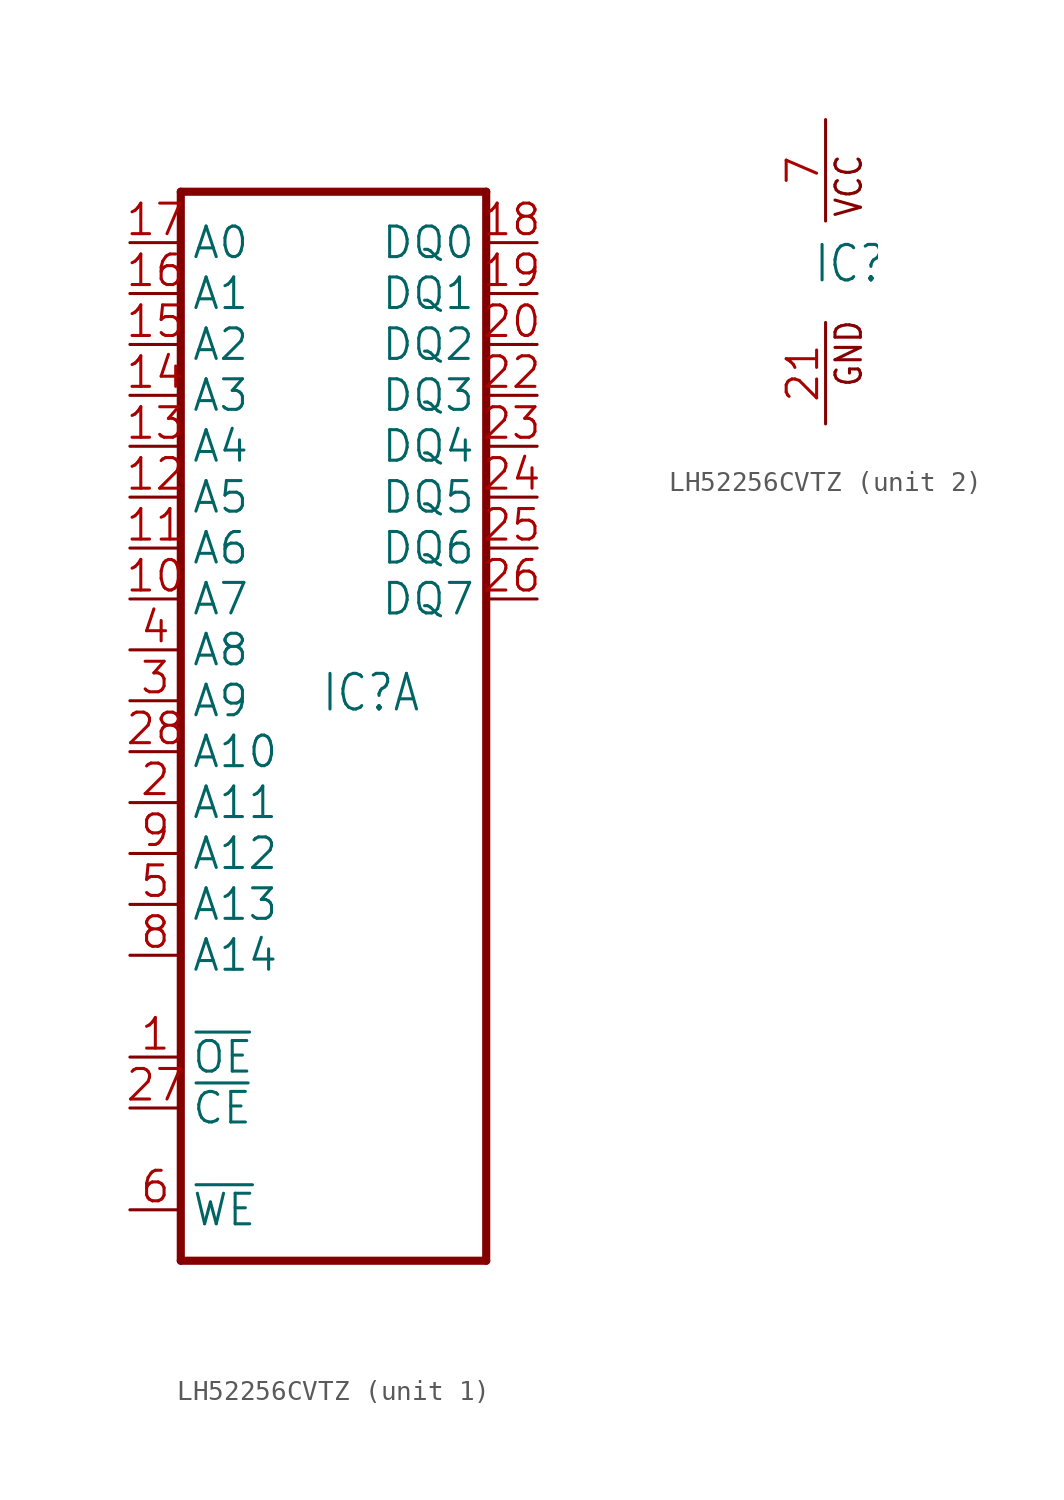
<source format=kicad_sym>
(kicad_symbol_lib
  (version 20241209)
  (generator "kicad_symbol_editor")
  (generator_version "9.0")
  (symbol "LH52256CVTZ"
    (property "Reference" "IC"
      (at -0.635 -0.635 0)
      (effects (font (size 1.778 1.511)) (justify left bottom)))
    (property "ki_locked" ""
      (at 0 0 0)
      (effects (font (size 1.27 1.27))))
    (symbol "LH52256CVTZ_1_0"
      (polyline (pts (xy -7.62 25.4) (xy -7.62 -27.94)) (stroke (width 0.406) (type solid)) (fill (type none)))
      (polyline (pts (xy -7.62 25.4) (xy 7.62 25.4)) (stroke (width 0.406) (type solid)) (fill (type none)))
      (polyline (pts (xy 7.62 -27.94) (xy -7.62 -27.94)) (stroke (width 0.406) (type solid)) (fill (type none)))
      (polyline (pts (xy 7.62 -27.94) (xy 7.62 25.4)) (stroke (width 0.406) (type solid)) (fill (type none)))
      (pin input line (at -10.16 22.86 0) (length 2.54) (name "A0" (effects (font (size 1.524 1.524)))) (number "17" (effects (font (size 1.524 1.524)))))
      (pin input line (at -10.16 20.32 0) (length 2.54) (name "A1" (effects (font (size 1.524 1.524)))) (number "16" (effects (font (size 1.524 1.524)))))
      (pin input line (at -10.16 17.78 0) (length 2.54) (name "A2" (effects (font (size 1.524 1.524)))) (number "15" (effects (font (size 1.524 1.524)))))
      (pin input line (at -10.16 15.24 0) (length 2.54) (name "A3" (effects (font (size 1.524 1.524)))) (number "14" (effects (font (size 1.524 1.524)))))
      (pin input line (at -10.16 12.7 0) (length 2.54) (name "A4" (effects (font (size 1.524 1.524)))) (number "13" (effects (font (size 1.524 1.524)))))
      (pin input line (at -10.16 10.16 0) (length 2.54) (name "A5" (effects (font (size 1.524 1.524)))) (number "12" (effects (font (size 1.524 1.524)))))
      (pin input line (at -10.16 7.62 0) (length 2.54) (name "A6" (effects (font (size 1.524 1.524)))) (number "11" (effects (font (size 1.524 1.524)))))
      (pin input line (at -10.16 5.08 0) (length 2.54) (name "A7" (effects (font (size 1.524 1.524)))) (number "10" (effects (font (size 1.524 1.524)))))
      (pin input line (at -10.16 2.54 0) (length 2.54) (name "A8" (effects (font (size 1.524 1.524)))) (number "4" (effects (font (size 1.524 1.524)))))
      (pin input line (at -10.16 0 0) (length 2.54) (name "A9" (effects (font (size 1.524 1.524)))) (number "3" (effects (font (size 1.524 1.524)))))
      (pin input line (at -10.16 -2.54 0) (length 2.54) (name "A10" (effects (font (size 1.524 1.524)))) (number "28" (effects (font (size 1.524 1.524)))))
      (pin input line (at -10.16 -5.08 0) (length 2.54) (name "A11" (effects (font (size 1.524 1.524)))) (number "2" (effects (font (size 1.524 1.524)))))
      (pin input line (at -10.16 -7.62 0) (length 2.54) (name "A12" (effects (font (size 1.524 1.524)))) (number "9" (effects (font (size 1.524 1.524)))))
      (pin input line (at -10.16 -10.16 0) (length 2.54) (name "A13" (effects (font (size 1.524 1.524)))) (number "5" (effects (font (size 1.524 1.524)))))
      (pin input line (at -10.16 -12.7 0) (length 2.54) (name "A14" (effects (font (size 1.524 1.524)))) (number "8" (effects (font (size 1.524 1.524)))))
      (pin input line (at -10.16 -17.78 0) (length 2.54) (name "~{OE}" (effects (font (size 1.524 1.524)))) (number "1" (effects (font (size 1.524 1.524)))))
      (pin input line (at -10.16 -20.32 0) (length 2.54) (name "~{CE}" (effects (font (size 1.524 1.524)))) (number "27" (effects (font (size 1.524 1.524)))))
      (pin input line (at -10.16 -25.4 0) (length 2.54) (name "~{WE}" (effects (font (size 1.524 1.524)))) (number "6" (effects (font (size 1.524 1.524)))))
      (pin bidirectional line (at 10.16 22.86 180) (length 2.54) (name "DQ0" (effects (font (size 1.524 1.524)))) (number "18" (effects (font (size 1.524 1.524)))))
      (pin bidirectional line (at 10.16 20.32 180) (length 2.54) (name "DQ1" (effects (font (size 1.524 1.524)))) (number "19" (effects (font (size 1.524 1.524)))))
      (pin bidirectional line (at 10.16 17.78 180) (length 2.54) (name "DQ2" (effects (font (size 1.524 1.524)))) (number "20" (effects (font (size 1.524 1.524)))))
      (pin bidirectional line (at 10.16 15.24 180) (length 2.54) (name "DQ3" (effects (font (size 1.524 1.524)))) (number "22" (effects (font (size 1.524 1.524)))))
      (pin bidirectional line (at 10.16 12.7 180) (length 2.54) (name "DQ4" (effects (font (size 1.524 1.524)))) (number "23" (effects (font (size 1.524 1.524)))))
      (pin bidirectional line (at 10.16 10.16 180) (length 2.54) (name "DQ5" (effects (font (size 1.524 1.524)))) (number "24" (effects (font (size 1.524 1.524)))))
      (pin bidirectional line (at 10.16 7.62 180) (length 2.54) (name "DQ6" (effects (font (size 1.524 1.524)))) (number "25" (effects (font (size 1.524 1.524)))))
      (pin bidirectional line (at 10.16 5.08 180) (length 2.54) (name "DQ7" (effects (font (size 1.524 1.524)))) (number "26" (effects (font (size 1.524 1.524))))))
    (symbol "LH52256CVTZ_2_0"
      (text "VCC" (at 1.905 2.667 900) (effects (font (size 1.27 1.079)) (justify left bottom)))
      (text "GND" (at 1.905 -5.842 900) (effects (font (size 1.27 1.079)) (justify left bottom)))
      (pin power_in line (at 0 7.62 270) (length 5.08) (name "VCC" (effects (font (size 0 0)))) (number "7" (effects (font (size 1.524 1.524)))))
      (pin power_in line (at 0 -7.62 90) (length 5.08) (name "GND" (effects (font (size 0 0)))) (number "21" (effects (font (size 1.524 1.524))))))))
</source>
